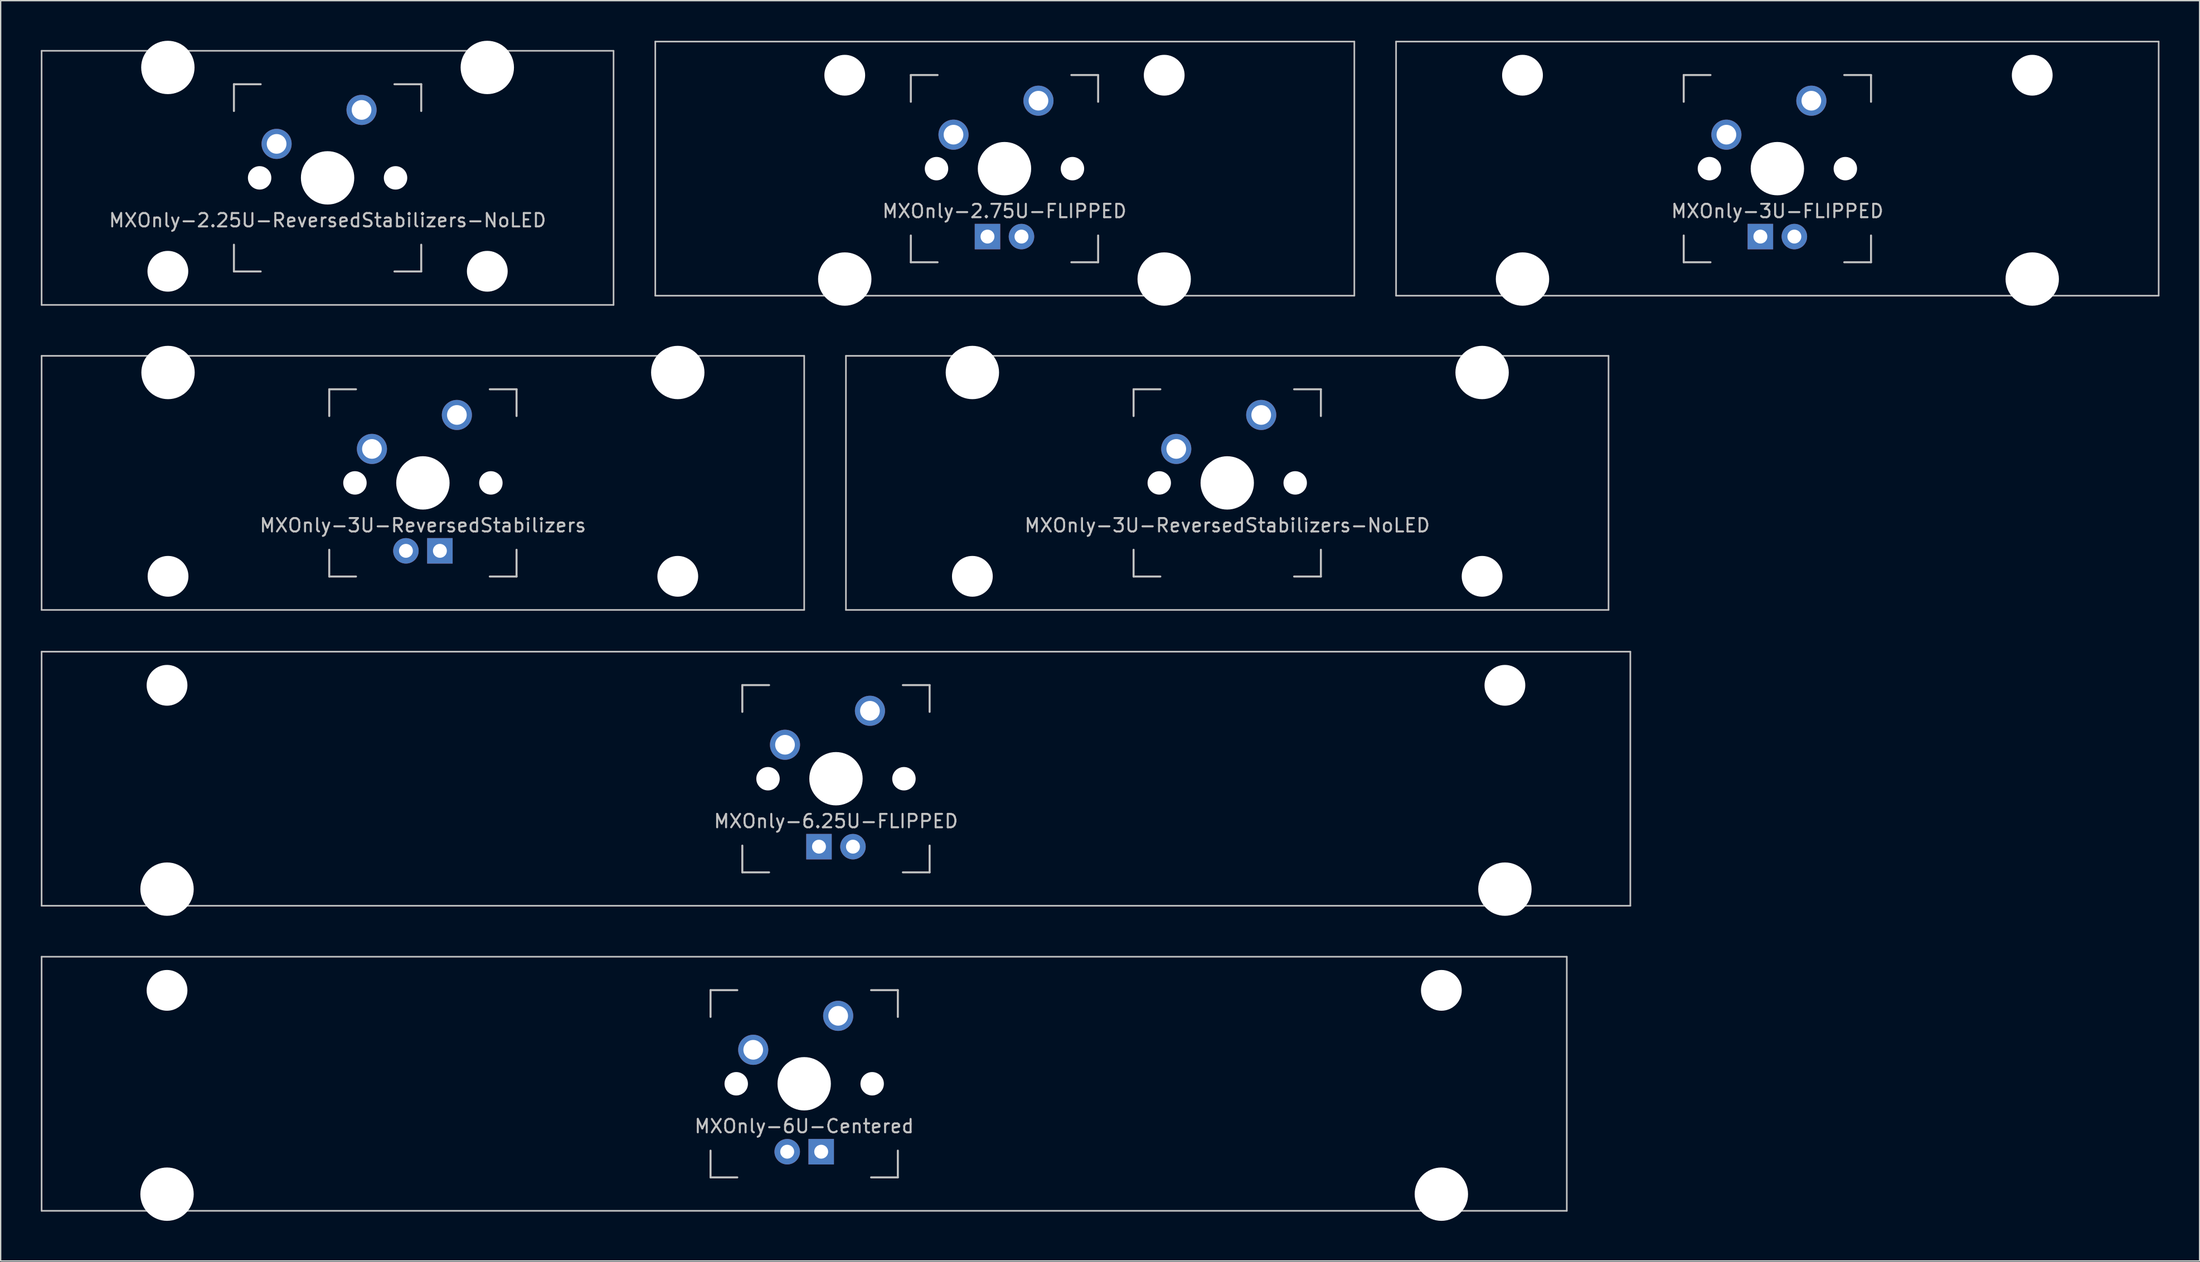
<source format=kicad_pcb>
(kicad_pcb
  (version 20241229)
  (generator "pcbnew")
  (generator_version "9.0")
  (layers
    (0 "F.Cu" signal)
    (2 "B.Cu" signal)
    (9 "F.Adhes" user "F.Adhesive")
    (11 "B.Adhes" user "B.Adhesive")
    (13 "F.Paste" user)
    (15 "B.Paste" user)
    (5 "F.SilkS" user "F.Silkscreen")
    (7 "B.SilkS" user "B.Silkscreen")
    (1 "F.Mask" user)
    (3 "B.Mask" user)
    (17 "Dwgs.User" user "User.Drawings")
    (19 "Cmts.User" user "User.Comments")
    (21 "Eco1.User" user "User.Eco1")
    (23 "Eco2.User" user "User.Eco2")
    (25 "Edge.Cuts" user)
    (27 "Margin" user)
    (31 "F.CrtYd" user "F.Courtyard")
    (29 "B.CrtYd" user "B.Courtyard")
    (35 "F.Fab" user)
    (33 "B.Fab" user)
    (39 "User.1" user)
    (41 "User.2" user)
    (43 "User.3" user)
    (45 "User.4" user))
  (footprint "MXOnly-6U-Centered"
    (layer "F.Cu")
    (at 57.06 77.987)
    (property "Reference" "MXOnly-6U-Centered" (at 0 3.175 0) (layer "Dwgs.User") (effects (font (size 1 1) (thickness 0.15))))
    (attr through_hole)
    (fp_line (start -57 -9.5) (end -57 9.5) (stroke (width 0.12) (type solid)) (layer "Dwgs.User"))
    (fp_line (start -57 9.5) (end 57 9.5) (stroke (width 0.12) (type solid)) (layer "Dwgs.User"))
    (fp_line (start -7 -7) (end -7 -5) (stroke (width 0.15) (type solid)) (layer "Dwgs.User"))
    (fp_line (start -7 5) (end -7 7) (stroke (width 0.15) (type solid)) (layer "Dwgs.User"))
    (fp_line (start -7 7) (end -5 7) (stroke (width 0.15) (type solid)) (layer "Dwgs.User"))
    (fp_line (start -5 -7) (end -7 -7) (stroke (width 0.15) (type solid)) (layer "Dwgs.User"))
    (fp_line (start 5 -7) (end 7 -7) (stroke (width 0.15) (type solid)) (layer "Dwgs.User"))
    (fp_line (start 5 7) (end 7 7) (stroke (width 0.15) (type solid)) (layer "Dwgs.User"))
    (fp_line (start 7 -7) (end 7 -5) (stroke (width 0.15) (type solid)) (layer "Dwgs.User"))
    (fp_line (start 7 7) (end 7 5) (stroke (width 0.15) (type solid)) (layer "Dwgs.User"))
    (fp_line (start 57 -9.5) (end -57 -9.5) (stroke (width 0.12) (type solid)) (layer "Dwgs.User"))
    (fp_line (start 57 9.5) (end 57 -9.5) (stroke (width 0.12) (type solid)) (layer "Dwgs.User"))
    (pad "" np_thru_hole circle (at -47.625 -6.985) (size 3.048 3.048) (drill 3.048) (layers "*.Cu" "*.Mask"))
    (pad "" np_thru_hole circle (at -47.625 8.255) (size 3.988 3.988) (drill 3.988) (layers "*.Cu" "*.Mask"))
    (pad "" np_thru_hole circle (at -5.08 0 48.1) (size 1.75 1.75) (drill 1.75) (layers "*.Cu" "*.Mask"))
    (pad "" np_thru_hole circle (at 0 0) (size 3.988 3.988) (drill 3.988) (layers "*.Cu" "*.Mask"))
    (pad "" np_thru_hole circle (at 5.08 0 48.1) (size 1.75 1.75) (drill 1.75) (layers "*.Cu" "*.Mask"))
    (pad "" np_thru_hole circle (at 47.625 -6.985) (size 3.048 3.048) (drill 3.048) (layers "*.Cu" "*.Mask"))
    (pad "" np_thru_hole circle (at 47.625 8.255) (size 3.988 3.988) (drill 3.988) (layers "*.Cu" "*.Mask"))
    (pad "1" thru_hole circle (at -3.81 -2.54) (size 2.25 2.25) (drill 1.47) (layers "*.Cu" "B.Mask"))
    (pad "2" thru_hole circle (at 2.54 -5.08) (size 2.25 2.25) (drill 1.47) (layers "*.Cu" "B.Mask"))
    (pad "3" thru_hole circle (at -1.27 5.08) (size 1.905 1.905) (drill 1.04) (layers "*.Cu" "B.Mask"))
    (pad "4" thru_hole rect (at 1.27 5.08) (size 1.905 1.905) (drill 1.04) (layers "*.Cu" "B.Mask")))
  (footprint "MXOnly-3U-ReversedStabilizers-NoLED"
    (layer "F.Cu")
    (at 88.68 33.058)
    (property "Reference" "MXOnly-3U-ReversedStabilizers-NoLED" (at 0 3.175 0) (layer "Dwgs.User") (effects (font (size 1 1) (thickness 0.15))))
    (attr through_hole)
    (fp_line (start -28.5 -9.5) (end -28.5 9.5) (stroke (width 0.12) (type solid)) (layer "Dwgs.User"))
    (fp_line (start -28.5 9.5) (end 28.5 9.5) (stroke (width 0.12) (type solid)) (layer "Dwgs.User"))
    (fp_line (start -7 -7) (end -7 -5) (stroke (width 0.15) (type solid)) (layer "Dwgs.User"))
    (fp_line (start -7 5) (end -7 7) (stroke (width 0.15) (type solid)) (layer "Dwgs.User"))
    (fp_line (start -7 7) (end -5 7) (stroke (width 0.15) (type solid)) (layer "Dwgs.User"))
    (fp_line (start -5 -7) (end -7 -7) (stroke (width 0.15) (type solid)) (layer "Dwgs.User"))
    (fp_line (start 5 -7) (end 7 -7) (stroke (width 0.15) (type solid)) (layer "Dwgs.User"))
    (fp_line (start 5 7) (end 7 7) (stroke (width 0.15) (type solid)) (layer "Dwgs.User"))
    (fp_line (start 7 -7) (end 7 -5) (stroke (width 0.15) (type solid)) (layer "Dwgs.User"))
    (fp_line (start 7 7) (end 7 5) (stroke (width 0.15) (type solid)) (layer "Dwgs.User"))
    (fp_line (start 28.5 -9.5) (end -28.5 -9.5) (stroke (width 0.12) (type solid)) (layer "Dwgs.User"))
    (fp_line (start 28.5 9.5) (end 28.5 -9.5) (stroke (width 0.12) (type solid)) (layer "Dwgs.User"))
    (pad "" np_thru_hole circle (at -19.05 -8.255) (size 3.988 3.988) (drill 3.988) (layers "*.Cu" "*.Mask"))
    (pad "" np_thru_hole circle (at -19.05 6.985) (size 3.048 3.048) (drill 3.048) (layers "*.Cu" "*.Mask"))
    (pad "" np_thru_hole circle (at -5.08 0 48.1) (size 1.75 1.75) (drill 1.75) (layers "*.Cu" "*.Mask"))
    (pad "" np_thru_hole circle (at 0 0) (size 3.988 3.988) (drill 3.988) (layers "*.Cu" "*.Mask"))
    (pad "" np_thru_hole circle (at 5.08 0 48.1) (size 1.75 1.75) (drill 1.75) (layers "*.Cu" "*.Mask"))
    (pad "" np_thru_hole circle (at 19.05 -8.255) (size 3.988 3.988) (drill 3.988) (layers "*.Cu" "*.Mask"))
    (pad "" np_thru_hole circle (at 19.05 6.985) (size 3.048 3.048) (drill 3.048) (layers "*.Cu" "*.Mask"))
    (pad "1" thru_hole circle (at -3.81 -2.54 48.1) (size 2.25 2.25) (drill 1.47) (layers "*.Cu" "B.Mask"))
    (pad "2" thru_hole circle (at 2.54 -5.08) (size 2.25 2.25) (drill 1.47) (layers "*.Cu" "B.Mask")))
  (footprint "MXOnly-6.25U-FLIPPED"
    (layer "F.Cu")
    (at 59.435 55.178)
    (property "Reference" "MXOnly-6.25U-FLIPPED" (at 0 3.175 0) (layer "Dwgs.User") (effects (font (size 1 1) (thickness 0.15))))
    (attr through_hole)
    (fp_line (start -59.375 -9.5) (end -59.375 9.5) (stroke (width 0.12) (type solid)) (layer "Dwgs.User"))
    (fp_line (start -59.375 9.5) (end 59.375 9.5) (stroke (width 0.12) (type solid)) (layer "Dwgs.User"))
    (fp_line (start -7 -7) (end -7 -5) (stroke (width 0.15) (type solid)) (layer "Dwgs.User"))
    (fp_line (start -7 5) (end -7 7) (stroke (width 0.15) (type solid)) (layer "Dwgs.User"))
    (fp_line (start -7 7) (end -5 7) (stroke (width 0.15) (type solid)) (layer "Dwgs.User"))
    (fp_line (start -5 -7) (end -7 -7) (stroke (width 0.15) (type solid)) (layer "Dwgs.User"))
    (fp_line (start 5 -7) (end 7 -7) (stroke (width 0.15) (type solid)) (layer "Dwgs.User"))
    (fp_line (start 5 7) (end 7 7) (stroke (width 0.15) (type solid)) (layer "Dwgs.User"))
    (fp_line (start 7 -7) (end 7 -5) (stroke (width 0.15) (type solid)) (layer "Dwgs.User"))
    (fp_line (start 7 7) (end 7 5) (stroke (width 0.15) (type solid)) (layer "Dwgs.User"))
    (fp_line (start 59.375 -9.5) (end -59.375 -9.5) (stroke (width 0.12) (type solid)) (layer "Dwgs.User"))
    (fp_line (start 59.375 9.5) (end 59.375 -9.5) (stroke (width 0.12) (type solid)) (layer "Dwgs.User"))
    (pad "" np_thru_hole circle (at -50 -6.985) (size 3.048 3.048) (drill 3.048) (layers "*.Cu" "*.Mask"))
    (pad "" np_thru_hole circle (at -50 8.255) (size 3.988 3.988) (drill 3.988) (layers "*.Cu" "*.Mask"))
    (pad "" np_thru_hole circle (at -5.08 0 48.1) (size 1.75 1.75) (drill 1.75) (layers "*.Cu" "*.Mask"))
    (pad "" np_thru_hole circle (at 0 0) (size 3.988 3.988) (drill 3.988) (layers "*.Cu" "*.Mask"))
    (pad "" np_thru_hole circle (at 5.08 0 48.1) (size 1.75 1.75) (drill 1.75) (layers "*.Cu" "*.Mask"))
    (pad "" np_thru_hole circle (at 50 -6.985) (size 3.048 3.048) (drill 3.048) (layers "*.Cu" "*.Mask"))
    (pad "" np_thru_hole circle (at 50 8.255) (size 3.988 3.988) (drill 3.988) (layers "*.Cu" "*.Mask"))
    (pad "1" thru_hole circle (at -3.81 -2.54) (size 2.25 2.25) (drill 1.47) (layers "*.Cu" "B.Mask"))
    (pad "2" thru_hole circle (at 2.54 -5.08) (size 2.25 2.25) (drill 1.47) (layers "*.Cu" "B.Mask"))
    (pad "3" thru_hole circle (at 1.27 5.08) (size 1.905 1.905) (drill 1.04) (layers "*.Cu" "B.Mask"))
    (pad "4" thru_hole rect (at -1.27 5.08) (size 1.905 1.905) (drill 1.04) (layers "*.Cu" "B.Mask")))
  (footprint "MXOnly-2.75U-FLIPPED"
    (layer "F.Cu")
    (at 72.03 9.56)
    (property "Reference" "MXOnly-2.75U-FLIPPED" (at 0 3.175 0) (layer "Dwgs.User") (effects (font (size 1 1) (thickness 0.15))))
    (attr through_hole)
    (fp_line (start -26.1 -9.5) (end -26.1 9.5) (stroke (width 0.12) (type solid)) (layer "Dwgs.User"))
    (fp_line (start -26.1 9.5) (end 26.15 9.5) (stroke (width 0.12) (type solid)) (layer "Dwgs.User"))
    (fp_line (start -7 -7) (end -7 -5) (stroke (width 0.15) (type solid)) (layer "Dwgs.User"))
    (fp_line (start -7 5) (end -7 7) (stroke (width 0.15) (type solid)) (layer "Dwgs.User"))
    (fp_line (start -7 7) (end -5 7) (stroke (width 0.15) (type solid)) (layer "Dwgs.User"))
    (fp_line (start -5 -7) (end -7 -7) (stroke (width 0.15) (type solid)) (layer "Dwgs.User"))
    (fp_line (start 5 -7) (end 7 -7) (stroke (width 0.15) (type solid)) (layer "Dwgs.User"))
    (fp_line (start 5 7) (end 7 7) (stroke (width 0.15) (type solid)) (layer "Dwgs.User"))
    (fp_line (start 7 -7) (end 7 -5) (stroke (width 0.15) (type solid)) (layer "Dwgs.User"))
    (fp_line (start 7 7) (end 7 5) (stroke (width 0.15) (type solid)) (layer "Dwgs.User"))
    (fp_line (start 26.15 -9.5) (end -26.1 -9.5) (stroke (width 0.12) (type solid)) (layer "Dwgs.User"))
    (fp_line (start 26.15 9.5) (end 26.15 -9.5) (stroke (width 0.12) (type solid)) (layer "Dwgs.User"))
    (pad "" np_thru_hole circle (at -11.938 -6.985) (size 3.048 3.048) (drill 3.048) (layers "*.Cu" "*.Mask"))
    (pad "" np_thru_hole circle (at -11.938 8.255) (size 3.988 3.988) (drill 3.988) (layers "*.Cu" "*.Mask"))
    (pad "" np_thru_hole circle (at -5.08 0 48.1) (size 1.75 1.75) (drill 1.75) (layers "*.Cu" "*.Mask"))
    (pad "" np_thru_hole circle (at 0 0) (size 3.988 3.988) (drill 3.988) (layers "*.Cu" "*.Mask"))
    (pad "" np_thru_hole circle (at 5.08 0 48.1) (size 1.75 1.75) (drill 1.75) (layers "*.Cu" "*.Mask"))
    (pad "" np_thru_hole circle (at 11.938 -6.985) (size 3.048 3.048) (drill 3.048) (layers "*.Cu" "*.Mask"))
    (pad "" np_thru_hole circle (at 11.938 8.255) (size 3.988 3.988) (drill 3.988) (layers "*.Cu" "*.Mask"))
    (pad "1" thru_hole circle (at -3.81 -2.54) (size 2.25 2.25) (drill 1.47) (layers "*.Cu" "B.Mask"))
    (pad "2" thru_hole circle (at 2.54 -5.08) (size 2.25 2.25) (drill 1.47) (layers "*.Cu" "B.Mask"))
    (pad "3" thru_hole circle (at 1.27 5.08) (size 1.905 1.905) (drill 1.04) (layers "*.Cu" "B.Mask"))
    (pad "4" thru_hole rect (at -1.27 5.08) (size 1.905 1.905) (drill 1.04) (layers "*.Cu" "B.Mask")))
  (footprint "MXOnly-3U-FLIPPED"
    (layer "F.Cu")
    (at 129.8 9.56)
    (property "Reference" "MXOnly-3U-FLIPPED" (at 0 3.175 0) (layer "Dwgs.User") (effects (font (size 1 1) (thickness 0.15))))
    (attr through_hole)
    (fp_line (start -28.5 -9.5) (end -28.5 9.5) (stroke (width 0.12) (type solid)) (layer "Dwgs.User"))
    (fp_line (start -28.5 9.5) (end 28.5 9.5) (stroke (width 0.12) (type solid)) (layer "Dwgs.User"))
    (fp_line (start -7 -7) (end -7 -5) (stroke (width 0.15) (type solid)) (layer "Dwgs.User"))
    (fp_line (start -7 5) (end -7 7) (stroke (width 0.15) (type solid)) (layer "Dwgs.User"))
    (fp_line (start -7 7) (end -5 7) (stroke (width 0.15) (type solid)) (layer "Dwgs.User"))
    (fp_line (start -5 -7) (end -7 -7) (stroke (width 0.15) (type solid)) (layer "Dwgs.User"))
    (fp_line (start 5 -7) (end 7 -7) (stroke (width 0.15) (type solid)) (layer "Dwgs.User"))
    (fp_line (start 5 7) (end 7 7) (stroke (width 0.15) (type solid)) (layer "Dwgs.User"))
    (fp_line (start 7 -7) (end 7 -5) (stroke (width 0.15) (type solid)) (layer "Dwgs.User"))
    (fp_line (start 7 7) (end 7 5) (stroke (width 0.15) (type solid)) (layer "Dwgs.User"))
    (fp_line (start 28.5 -9.5) (end -28.5 -9.5) (stroke (width 0.12) (type solid)) (layer "Dwgs.User"))
    (fp_line (start 28.5 9.5) (end 28.5 -9.5) (stroke (width 0.12) (type solid)) (layer "Dwgs.User"))
    (pad "" np_thru_hole circle (at -19.05 -6.985) (size 3.048 3.048) (drill 3.048) (layers "*.Cu" "*.Mask"))
    (pad "" np_thru_hole circle (at -19.05 8.255) (size 3.988 3.988) (drill 3.988) (layers "*.Cu" "*.Mask"))
    (pad "" np_thru_hole circle (at -5.08 0 48.1) (size 1.75 1.75) (drill 1.75) (layers "*.Cu" "*.Mask"))
    (pad "" np_thru_hole circle (at 0 0) (size 3.988 3.988) (drill 3.988) (layers "*.Cu" "*.Mask"))
    (pad "" np_thru_hole circle (at 5.08 0 48.1) (size 1.75 1.75) (drill 1.75) (layers "*.Cu" "*.Mask"))
    (pad "" np_thru_hole circle (at 19.05 -6.985) (size 3.048 3.048) (drill 3.048) (layers "*.Cu" "*.Mask"))
    (pad "" np_thru_hole circle (at 19.05 8.255) (size 3.988 3.988) (drill 3.988) (layers "*.Cu" "*.Mask"))
    (pad "1" thru_hole circle (at -3.81 -2.54 48.1) (size 2.25 2.25) (drill 1.47) (layers "*.Cu" "B.Mask"))
    (pad "2" thru_hole circle (at 2.54 -5.08) (size 2.25 2.25) (drill 1.47) (layers "*.Cu" "B.Mask"))
    (pad "3" thru_hole circle (at 1.27 5.08) (size 1.905 1.905) (drill 1.04) (layers "*.Cu" "B.Mask"))
    (pad "4" thru_hole rect (at -1.27 5.08) (size 1.905 1.905) (drill 1.04) (layers "*.Cu" "B.Mask")))
  (footprint "MXOnly-3U-ReversedStabilizers"
    (layer "F.Cu")
    (at 28.56 33.058)
    (property "Reference" "MXOnly-3U-ReversedStabilizers" (at 0 3.175 0) (layer "Dwgs.User") (effects (font (size 1 1) (thickness 0.15))))
    (attr through_hole)
    (fp_line (start -28.5 -9.5) (end -28.5 9.5) (stroke (width 0.12) (type solid)) (layer "Dwgs.User"))
    (fp_line (start -28.5 9.5) (end 28.5 9.5) (stroke (width 0.12) (type solid)) (layer "Dwgs.User"))
    (fp_line (start -7 -7) (end -7 -5) (stroke (width 0.15) (type solid)) (layer "Dwgs.User"))
    (fp_line (start -7 5) (end -7 7) (stroke (width 0.15) (type solid)) (layer "Dwgs.User"))
    (fp_line (start -7 7) (end -5 7) (stroke (width 0.15) (type solid)) (layer "Dwgs.User"))
    (fp_line (start -5 -7) (end -7 -7) (stroke (width 0.15) (type solid)) (layer "Dwgs.User"))
    (fp_line (start 5 -7) (end 7 -7) (stroke (width 0.15) (type solid)) (layer "Dwgs.User"))
    (fp_line (start 5 7) (end 7 7) (stroke (width 0.15) (type solid)) (layer "Dwgs.User"))
    (fp_line (start 7 -7) (end 7 -5) (stroke (width 0.15) (type solid)) (layer "Dwgs.User"))
    (fp_line (start 7 7) (end 7 5) (stroke (width 0.15) (type solid)) (layer "Dwgs.User"))
    (fp_line (start 28.5 -9.5) (end -28.5 -9.5) (stroke (width 0.12) (type solid)) (layer "Dwgs.User"))
    (fp_line (start 28.5 9.5) (end 28.5 -9.5) (stroke (width 0.12) (type solid)) (layer "Dwgs.User"))
    (pad "" np_thru_hole circle (at -19.05 -8.255) (size 3.988 3.988) (drill 3.988) (layers "*.Cu" "*.Mask"))
    (pad "" np_thru_hole circle (at -19.05 6.985) (size 3.048 3.048) (drill 3.048) (layers "*.Cu" "*.Mask"))
    (pad "" np_thru_hole circle (at -5.08 0 48.1) (size 1.75 1.75) (drill 1.75) (layers "*.Cu" "*.Mask"))
    (pad "" np_thru_hole circle (at 0 0) (size 3.988 3.988) (drill 3.988) (layers "*.Cu" "*.Mask"))
    (pad "" np_thru_hole circle (at 5.08 0 48.1) (size 1.75 1.75) (drill 1.75) (layers "*.Cu" "*.Mask"))
    (pad "" np_thru_hole circle (at 19.05 -8.255) (size 3.988 3.988) (drill 3.988) (layers "*.Cu" "*.Mask"))
    (pad "" np_thru_hole circle (at 19.05 6.985) (size 3.048 3.048) (drill 3.048) (layers "*.Cu" "*.Mask"))
    (pad "1" thru_hole circle (at -3.81 -2.54 48.1) (size 2.25 2.25) (drill 1.47) (layers "*.Cu" "B.Mask"))
    (pad "2" thru_hole circle (at 2.54 -5.08) (size 2.25 2.25) (drill 1.47) (layers "*.Cu" "B.Mask"))
    (pad "3" thru_hole circle (at -1.27 5.08) (size 1.905 1.905) (drill 1.04) (layers "*.Cu" "B.Mask"))
    (pad "4" thru_hole rect (at 1.27 5.08) (size 1.905 1.905) (drill 1.04) (layers "*.Cu" "B.Mask")))
  (footprint "MXOnly-2.25U-ReversedStabilizers-NoLED"
    (layer "F.Cu")
    (at 21.435 10.249)
    (property "Reference" "MXOnly-2.25U-ReversedStabilizers-NoLED" (at 0 3.175 0) (layer "Dwgs.User") (effects (font (size 1 1) (thickness 0.15))))
    (attr through_hole)
    (fp_line (start -21.375 -9.5) (end -21.375 9.5) (stroke (width 0.12) (type solid)) (layer "Dwgs.User"))
    (fp_line (start -21.375 9.5) (end 21.375 9.5) (stroke (width 0.12) (type solid)) (layer "Dwgs.User"))
    (fp_line (start -7 -7) (end -7 -5) (stroke (width 0.15) (type solid)) (layer "Dwgs.User"))
    (fp_line (start -7 5) (end -7 7) (stroke (width 0.15) (type solid)) (layer "Dwgs.User"))
    (fp_line (start -7 7) (end -5 7) (stroke (width 0.15) (type solid)) (layer "Dwgs.User"))
    (fp_line (start -5 -7) (end -7 -7) (stroke (width 0.15) (type solid)) (layer "Dwgs.User"))
    (fp_line (start 5 -7) (end 7 -7) (stroke (width 0.15) (type solid)) (layer "Dwgs.User"))
    (fp_line (start 5 7) (end 7 7) (stroke (width 0.15) (type solid)) (layer "Dwgs.User"))
    (fp_line (start 7 -7) (end 7 -5) (stroke (width 0.15) (type solid)) (layer "Dwgs.User"))
    (fp_line (start 7 7) (end 7 5) (stroke (width 0.15) (type solid)) (layer "Dwgs.User"))
    (fp_line (start 21.375 -9.5) (end -21.375 -9.5) (stroke (width 0.12) (type solid)) (layer "Dwgs.User"))
    (fp_line (start 21.375 9.5) (end 21.375 -9.5) (stroke (width 0.12) (type solid)) (layer "Dwgs.User"))
    (pad "" np_thru_hole circle (at -11.938 -8.255) (size 3.988 3.988) (drill 3.988) (layers "*.Cu" "*.Mask"))
    (pad "" np_thru_hole circle (at -11.938 6.985) (size 3.048 3.048) (drill 3.048) (layers "*.Cu" "*.Mask"))
    (pad "" np_thru_hole circle (at -5.08 0 48.1) (size 1.75 1.75) (drill 1.75) (layers "*.Cu" "*.Mask"))
    (pad "" np_thru_hole circle (at 0 0) (size 3.988 3.988) (drill 3.988) (layers "*.Cu" "*.Mask"))
    (pad "" np_thru_hole circle (at 5.08 0 48.1) (size 1.75 1.75) (drill 1.75) (layers "*.Cu" "*.Mask"))
    (pad "" np_thru_hole circle (at 11.938 -8.255) (size 3.988 3.988) (drill 3.988) (layers "*.Cu" "*.Mask"))
    (pad "" np_thru_hole circle (at 11.938 6.985) (size 3.048 3.048) (drill 3.048) (layers "*.Cu" "*.Mask"))
    (pad "1" thru_hole circle (at -3.81 -2.54) (size 2.25 2.25) (drill 1.47) (layers "*.Cu" "B.Mask"))
    (pad "2" thru_hole circle (at 2.54 -5.08) (size 2.25 2.25) (drill 1.47) (layers "*.Cu" "B.Mask")))
  (gr_rect
    (start -3 -3)
    (end 161.36 91.236)
    (stroke (width 0.1) (type default))
    (fill no)
    (layer "Edge.Cuts")))
</source>
